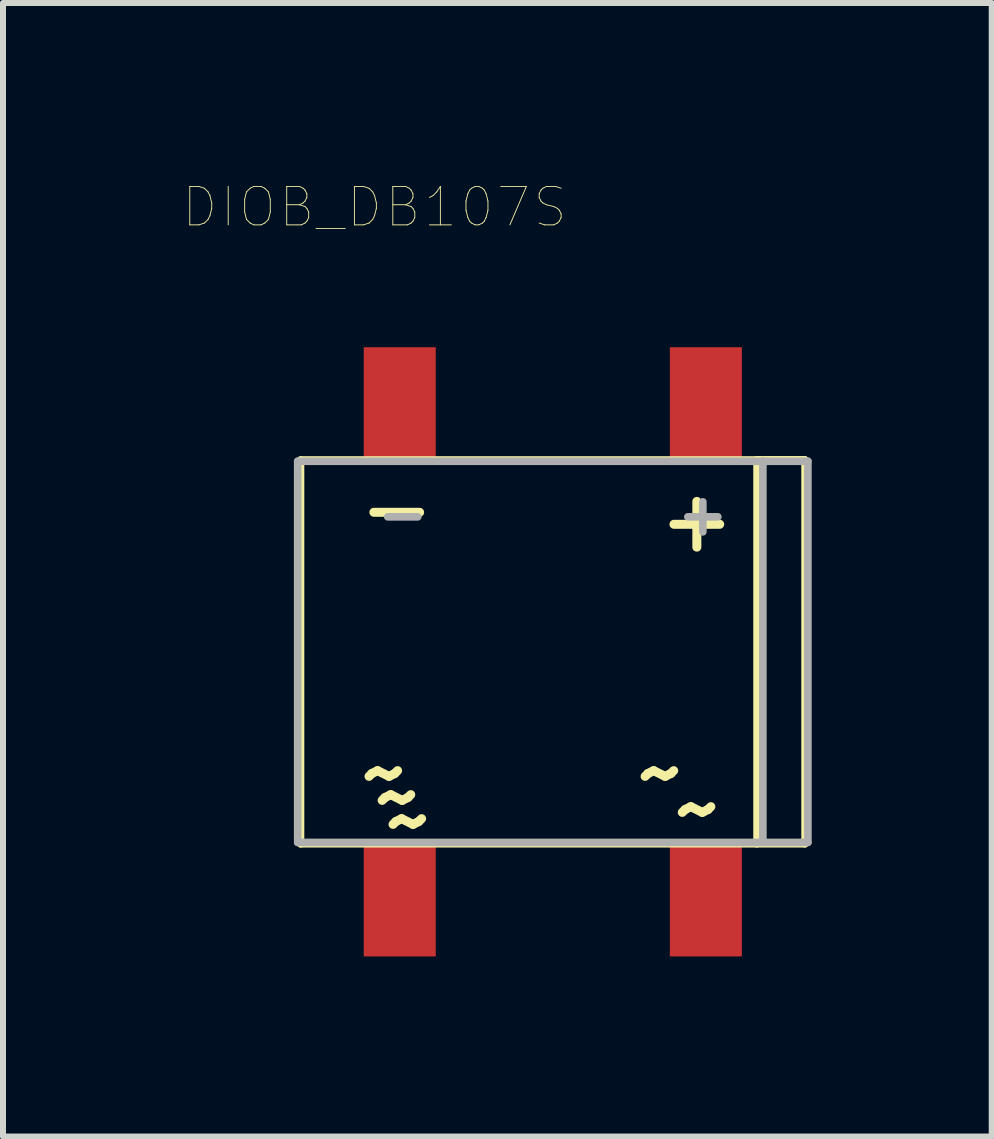
<source format=kicad_pcb>
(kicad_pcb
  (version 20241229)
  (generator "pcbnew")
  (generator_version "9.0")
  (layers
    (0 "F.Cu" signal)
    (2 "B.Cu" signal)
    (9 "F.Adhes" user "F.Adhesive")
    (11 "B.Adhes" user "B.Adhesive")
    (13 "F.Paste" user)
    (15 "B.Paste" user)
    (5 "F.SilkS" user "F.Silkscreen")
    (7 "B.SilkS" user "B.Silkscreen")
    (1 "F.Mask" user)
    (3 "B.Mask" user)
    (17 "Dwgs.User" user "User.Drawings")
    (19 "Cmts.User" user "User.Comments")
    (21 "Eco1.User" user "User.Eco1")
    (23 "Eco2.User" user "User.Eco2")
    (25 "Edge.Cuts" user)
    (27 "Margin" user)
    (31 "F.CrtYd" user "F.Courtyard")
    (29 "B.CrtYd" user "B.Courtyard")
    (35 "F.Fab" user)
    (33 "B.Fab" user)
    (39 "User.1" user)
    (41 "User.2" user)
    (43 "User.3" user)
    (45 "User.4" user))
  (footprint "DIOB_DB107S"
    (layer "F.Cu")
    (at 6.16 7.811)
    (property "Reference" "DIOB_DB107S" (at -2.97 -7.41 0) (layer "F.SilkS") (effects (font (size 0.64 0.64) (thickness 0.015))))
    (attr through_hole)
    (fp_line (start -4.2 -3.2) (end 4.2 -3.2) (stroke (width 0.12) (type solid)) (layer "F.SilkS"))
    (fp_line (start -4.2 3.2) (end -4.2 -3.2) (stroke (width 0.12) (type solid)) (layer "F.SilkS"))
    (fp_line (start 3.4 -3.2) (end 3.4 3.2) (stroke (width 0.12) (type solid)) (layer "F.SilkS"))
    (fp_line (start 4.2 -3.2) (end 3.4 -3.2) (stroke (width 0.12) (type solid)) (layer "F.SilkS"))
    (fp_line (start 4.2 -3.2) (end 4.2 3.2) (stroke (width 0.12) (type solid)) (layer "F.SilkS"))
    (fp_line (start 4.2 3.2) (end -4.2 3.2) (stroke (width 0.12) (type solid)) (layer "F.SilkS"))
    (fp_line (start -4.25 -3.176) (end -4.25 3.174) (stroke (width 0.127) (type solid)) (layer "F.Fab"))
    (fp_line (start -4.25 3.174) (end 4.25 3.174) (stroke (width 0.127) (type solid)) (layer "F.Fab"))
    (fp_line (start -2.75 -2.25) (end -2.25 -2.25) (stroke (width 0.127) (type solid)) (layer "F.Fab"))
    (fp_line (start 2.25 -2.25) (end 2.75 -2.25) (stroke (width 0.127) (type solid)) (layer "F.Fab"))
    (fp_line (start 2.5 -2.5) (end 2.5 -2) (stroke (width 0.127) (type solid)) (layer "F.Fab"))
    (fp_line (start 3.5 -3.176) (end -4.25 -3.176) (stroke (width 0.127) (type solid)) (layer "F.Fab"))
    (fp_line (start 3.5 -3.176) (end 3.5 3.17) (stroke (width 0.127) (type solid)) (layer "F.Fab"))
    (fp_line (start 4.25 -3.176) (end 3.5 -3.176) (stroke (width 0.127) (type solid)) (layer "F.Fab"))
    (fp_line (start 4.25 3.174) (end 4.25 -3.176) (stroke (width 0.127) (type solid)) (layer "F.Fab"))
    (fp_text user "~ " (at 2.8 2.6 0) (unlocked yes) (layer "F.SilkS") (effects (font (size 1 1) (thickness 0.15))))
    (fp_text user "~" (at -2.4 2.8 0) (unlocked yes) (layer "F.SilkS") (effects (font (size 1 1) (thickness 0.15))))
    (fp_text user "~" (at -2.8 2 0) (unlocked yes) (layer "F.SilkS") (effects (font (size 1 1) (thickness 0.15))))
    (fp_text user "~ " (at -2.2 2.4 0) (unlocked yes) (layer "F.SilkS") (effects (font (size 1 1) (thickness 0.15))))
    (fp_text user "-" (at -2.6 -2.4 0) (unlocked yes) (layer "F.SilkS") (effects (font (size 1 1) (thickness 0.15))))
    (fp_text user "+" (at 2.4 -2.2 0) (unlocked yes) (layer "F.SilkS") (effects (font (size 1 1) (thickness 0.15))))
    (fp_text user "~" (at 1.8 2 0) (unlocked yes) (layer "F.SilkS") (effects (font (size 1 1) (thickness 0.15))))
    (pad "+" smd rect (at 2.55 -4.126) (size 1.2 1.9) (layers "F.Cu" "F.Mask" "F.Paste"))
    (pad "-" smd rect (at -2.55 -4.126) (size 1.2 1.9) (layers "F.Cu" "F.Mask" "F.Paste"))
    (pad "~" smd rect (at 2.55 4.124) (size 1.2 1.9) (layers "F.Cu" "F.Mask" "F.Paste"))
    (pad "~{.}" smd rect (at -2.55 4.124) (size 1.2 1.9) (layers "F.Cu" "F.Mask" "F.Paste")))
  (gr_rect
    (start -3 -3)
    (end 13.473 15.886)
    (stroke (width 0.1) (type default))
    (fill no)
    (layer "Edge.Cuts")))
</source>
